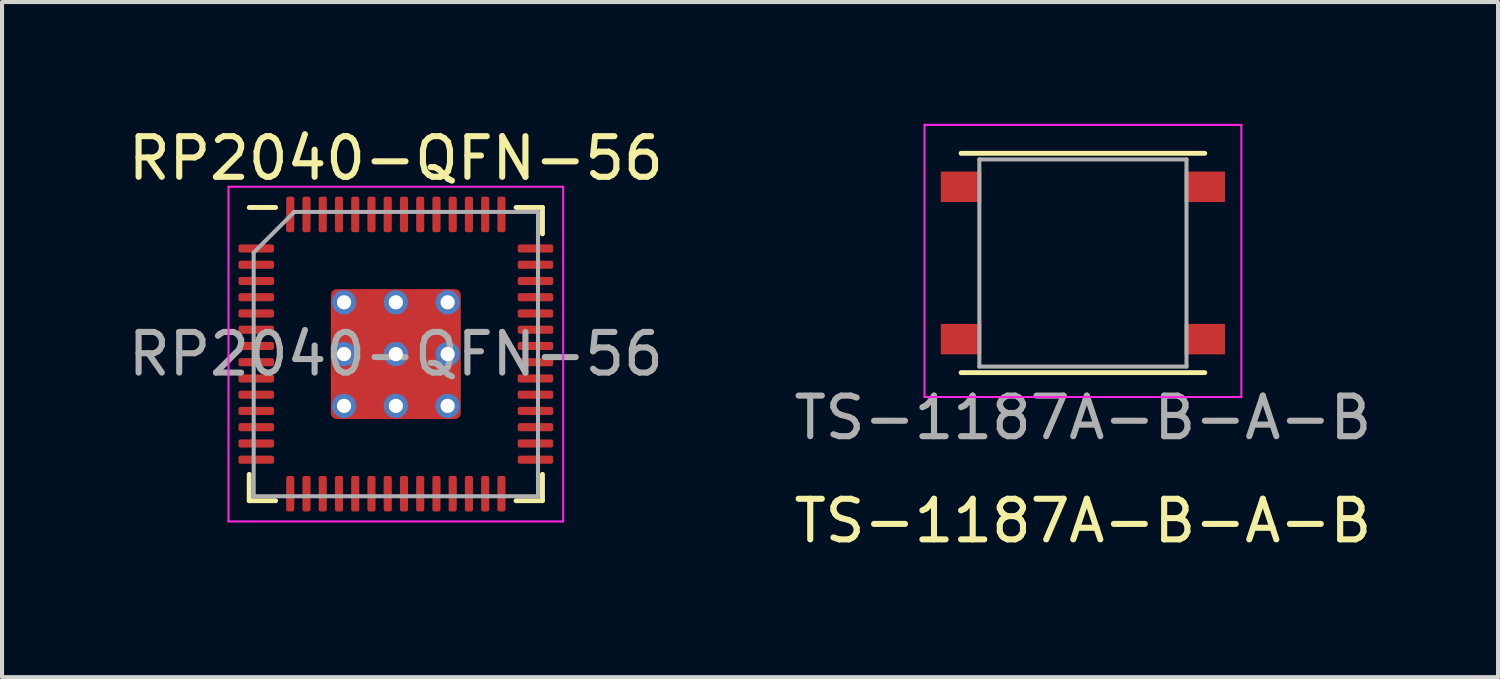
<source format=kicad_pcb>
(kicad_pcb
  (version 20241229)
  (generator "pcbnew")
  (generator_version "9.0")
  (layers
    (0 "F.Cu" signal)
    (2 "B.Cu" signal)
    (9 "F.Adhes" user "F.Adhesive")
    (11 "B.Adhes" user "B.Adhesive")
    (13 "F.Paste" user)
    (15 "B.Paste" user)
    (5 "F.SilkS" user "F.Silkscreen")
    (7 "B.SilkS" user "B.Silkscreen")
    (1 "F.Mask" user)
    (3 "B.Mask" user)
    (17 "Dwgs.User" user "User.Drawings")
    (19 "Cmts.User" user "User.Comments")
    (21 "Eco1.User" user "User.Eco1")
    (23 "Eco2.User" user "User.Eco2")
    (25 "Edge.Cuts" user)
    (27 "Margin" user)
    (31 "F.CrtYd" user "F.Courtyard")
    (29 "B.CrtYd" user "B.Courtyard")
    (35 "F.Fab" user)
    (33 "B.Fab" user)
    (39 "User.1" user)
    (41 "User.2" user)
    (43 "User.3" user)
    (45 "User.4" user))
  (footprint "RP2040-QFN-56"
    (layer "F.Cu")
    (at 6.696 5.668)
    (property "Reference" "RP2040-QFN-56" (at 0 -4.82 0) (layer "F.SilkS") (effects (font (size 1 1) (thickness 0.15))))
    (attr smd)
    (fp_line (start -3.61 3.61) (end -3.61 2.96) (stroke (width 0.12) (type solid)) (layer "F.SilkS"))
    (fp_line (start -2.96 -3.61) (end -3.61 -3.61) (stroke (width 0.12) (type solid)) (layer "F.SilkS"))
    (fp_line (start -2.96 3.61) (end -3.61 3.61) (stroke (width 0.12) (type solid)) (layer "F.SilkS"))
    (fp_line (start 2.96 -3.61) (end 3.61 -3.61) (stroke (width 0.12) (type solid)) (layer "F.SilkS"))
    (fp_line (start 2.96 3.61) (end 3.61 3.61) (stroke (width 0.12) (type solid)) (layer "F.SilkS"))
    (fp_line (start 3.61 -3.61) (end 3.61 -2.96) (stroke (width 0.12) (type solid)) (layer "F.SilkS"))
    (fp_line (start 3.61 3.61) (end 3.61 2.96) (stroke (width 0.12) (type solid)) (layer "F.SilkS"))
    (fp_line (start -4.12 -4.12) (end -4.12 4.12) (stroke (width 0.05) (type solid)) (layer "F.CrtYd"))
    (fp_line (start -4.12 4.12) (end 4.12 4.12) (stroke (width 0.05) (type solid)) (layer "F.CrtYd"))
    (fp_line (start 4.12 -4.12) (end -4.12 -4.12) (stroke (width 0.05) (type solid)) (layer "F.CrtYd"))
    (fp_line (start 4.12 4.12) (end 4.12 -4.12) (stroke (width 0.05) (type solid)) (layer "F.CrtYd"))
    (fp_line (start -3.5 -2.5) (end -2.5 -3.5) (stroke (width 0.1) (type solid)) (layer "F.Fab"))
    (fp_line (start -3.5 3.5) (end -3.5 -2.5) (stroke (width 0.1) (type solid)) (layer "F.Fab"))
    (fp_line (start -2.5 -3.5) (end 3.5 -3.5) (stroke (width 0.1) (type solid)) (layer "F.Fab"))
    (fp_line (start 3.5 -3.5) (end 3.5 3.5) (stroke (width 0.1) (type solid)) (layer "F.Fab"))
    (fp_line (start 3.5 3.5) (end -3.5 3.5) (stroke (width 0.1) (type solid)) (layer "F.Fab"))
    (fp_text user "${REFERENCE}" (at 0 0 0) (layer "F.Fab") (effects (font (size 1 1) (thickness 0.15))))
    (pad "" smd roundrect (at -0.637 -0.637) (size 1.084 1.084) (layers "F.Paste") (roundrect_rratio 0.231))
    (pad "" smd roundrect (at -0.637 0.637) (size 1.084 1.084) (layers "F.Paste") (roundrect_rratio 0.231))
    (pad "" smd roundrect (at 0.637 -0.637) (size 1.084 1.084) (layers "F.Paste") (roundrect_rratio 0.231))
    (pad "" smd roundrect (at 0.637 0.637) (size 1.084 1.084) (layers "F.Paste") (roundrect_rratio 0.231))
    (pad "1" smd roundrect (at -3.438 -2.6) (size 0.875 0.2) (layers "F.Cu" "F.Mask" "F.Paste") (roundrect_rratio 0.25))
    (pad "2" smd roundrect (at -3.438 -2.2) (size 0.875 0.2) (layers "F.Cu" "F.Mask" "F.Paste") (roundrect_rratio 0.25))
    (pad "3" smd roundrect (at -3.438 -1.8) (size 0.875 0.2) (layers "F.Cu" "F.Mask" "F.Paste") (roundrect_rratio 0.25))
    (pad "4" smd roundrect (at -3.438 -1.4) (size 0.875 0.2) (layers "F.Cu" "F.Mask" "F.Paste") (roundrect_rratio 0.25))
    (pad "5" smd roundrect (at -3.438 -1) (size 0.875 0.2) (layers "F.Cu" "F.Mask" "F.Paste") (roundrect_rratio 0.25))
    (pad "6" smd roundrect (at -3.438 -0.6) (size 0.875 0.2) (layers "F.Cu" "F.Mask" "F.Paste") (roundrect_rratio 0.25))
    (pad "7" smd roundrect (at -3.438 -0.2) (size 0.875 0.2) (layers "F.Cu" "F.Mask" "F.Paste") (roundrect_rratio 0.25))
    (pad "8" smd roundrect (at -3.438 0.2) (size 0.875 0.2) (layers "F.Cu" "F.Mask" "F.Paste") (roundrect_rratio 0.25))
    (pad "9" smd roundrect (at -3.438 0.6) (size 0.875 0.2) (layers "F.Cu" "F.Mask" "F.Paste") (roundrect_rratio 0.25))
    (pad "10" smd roundrect (at -3.438 1) (size 0.875 0.2) (layers "F.Cu" "F.Mask" "F.Paste") (roundrect_rratio 0.25))
    (pad "11" smd roundrect (at -3.438 1.4) (size 0.875 0.2) (layers "F.Cu" "F.Mask" "F.Paste") (roundrect_rratio 0.25))
    (pad "12" smd roundrect (at -3.438 1.8) (size 0.875 0.2) (layers "F.Cu" "F.Mask" "F.Paste") (roundrect_rratio 0.25))
    (pad "13" smd roundrect (at -3.438 2.2) (size 0.875 0.2) (layers "F.Cu" "F.Mask" "F.Paste") (roundrect_rratio 0.25))
    (pad "14" smd roundrect (at -3.438 2.6) (size 0.875 0.2) (layers "F.Cu" "F.Mask" "F.Paste") (roundrect_rratio 0.25))
    (pad "15" smd roundrect (at -2.6 3.438) (size 0.2 0.875) (layers "F.Cu" "F.Mask" "F.Paste") (roundrect_rratio 0.25))
    (pad "16" smd roundrect (at -2.2 3.438) (size 0.2 0.875) (layers "F.Cu" "F.Mask" "F.Paste") (roundrect_rratio 0.25))
    (pad "17" smd roundrect (at -1.8 3.438) (size 0.2 0.875) (layers "F.Cu" "F.Mask" "F.Paste") (roundrect_rratio 0.25))
    (pad "18" smd roundrect (at -1.4 3.438) (size 0.2 0.875) (layers "F.Cu" "F.Mask" "F.Paste") (roundrect_rratio 0.25))
    (pad "19" smd roundrect (at -1 3.438) (size 0.2 0.875) (layers "F.Cu" "F.Mask" "F.Paste") (roundrect_rratio 0.25))
    (pad "20" smd roundrect (at -0.6 3.438) (size 0.2 0.875) (layers "F.Cu" "F.Mask" "F.Paste") (roundrect_rratio 0.25))
    (pad "21" smd roundrect (at -0.2 3.438) (size 0.2 0.875) (layers "F.Cu" "F.Mask" "F.Paste") (roundrect_rratio 0.25))
    (pad "22" smd roundrect (at 0.2 3.438) (size 0.2 0.875) (layers "F.Cu" "F.Mask" "F.Paste") (roundrect_rratio 0.25))
    (pad "23" smd roundrect (at 0.6 3.438) (size 0.2 0.875) (layers "F.Cu" "F.Mask" "F.Paste") (roundrect_rratio 0.25))
    (pad "24" smd roundrect (at 1 3.438) (size 0.2 0.875) (layers "F.Cu" "F.Mask" "F.Paste") (roundrect_rratio 0.25))
    (pad "25" smd roundrect (at 1.4 3.438) (size 0.2 0.875) (layers "F.Cu" "F.Mask" "F.Paste") (roundrect_rratio 0.25))
    (pad "26" smd roundrect (at 1.8 3.438) (size 0.2 0.875) (layers "F.Cu" "F.Mask" "F.Paste") (roundrect_rratio 0.25))
    (pad "27" smd roundrect (at 2.2 3.438) (size 0.2 0.875) (layers "F.Cu" "F.Mask" "F.Paste") (roundrect_rratio 0.25))
    (pad "28" smd roundrect (at 2.6 3.438) (size 0.2 0.875) (layers "F.Cu" "F.Mask" "F.Paste") (roundrect_rratio 0.25))
    (pad "29" smd roundrect (at 3.438 2.6) (size 0.875 0.2) (layers "F.Cu" "F.Mask" "F.Paste") (roundrect_rratio 0.25))
    (pad "30" smd roundrect (at 3.438 2.2) (size 0.875 0.2) (layers "F.Cu" "F.Mask" "F.Paste") (roundrect_rratio 0.25))
    (pad "31" smd roundrect (at 3.438 1.8) (size 0.875 0.2) (layers "F.Cu" "F.Mask" "F.Paste") (roundrect_rratio 0.25))
    (pad "32" smd roundrect (at 3.438 1.4) (size 0.875 0.2) (layers "F.Cu" "F.Mask" "F.Paste") (roundrect_rratio 0.25))
    (pad "33" smd roundrect (at 3.438 1) (size 0.875 0.2) (layers "F.Cu" "F.Mask" "F.Paste") (roundrect_rratio 0.25))
    (pad "34" smd roundrect (at 3.438 0.6) (size 0.875 0.2) (layers "F.Cu" "F.Mask" "F.Paste") (roundrect_rratio 0.25))
    (pad "35" smd roundrect (at 3.438 0.2) (size 0.875 0.2) (layers "F.Cu" "F.Mask" "F.Paste") (roundrect_rratio 0.25))
    (pad "36" smd roundrect (at 3.438 -0.2) (size 0.875 0.2) (layers "F.Cu" "F.Mask" "F.Paste") (roundrect_rratio 0.25))
    (pad "37" smd roundrect (at 3.438 -0.6) (size 0.875 0.2) (layers "F.Cu" "F.Mask" "F.Paste") (roundrect_rratio 0.25))
    (pad "38" smd roundrect (at 3.438 -1) (size 0.875 0.2) (layers "F.Cu" "F.Mask" "F.Paste") (roundrect_rratio 0.25))
    (pad "39" smd roundrect (at 3.438 -1.4) (size 0.875 0.2) (layers "F.Cu" "F.Mask" "F.Paste") (roundrect_rratio 0.25))
    (pad "40" smd roundrect (at 3.438 -1.8) (size 0.875 0.2) (layers "F.Cu" "F.Mask" "F.Paste") (roundrect_rratio 0.25))
    (pad "41" smd roundrect (at 3.438 -2.2) (size 0.875 0.2) (layers "F.Cu" "F.Mask" "F.Paste") (roundrect_rratio 0.25))
    (pad "42" smd roundrect (at 3.438 -2.6) (size 0.875 0.2) (layers "F.Cu" "F.Mask" "F.Paste") (roundrect_rratio 0.25))
    (pad "43" smd roundrect (at 2.6 -3.438) (size 0.2 0.875) (layers "F.Cu" "F.Mask" "F.Paste") (roundrect_rratio 0.25))
    (pad "44" smd roundrect (at 2.2 -3.438) (size 0.2 0.875) (layers "F.Cu" "F.Mask" "F.Paste") (roundrect_rratio 0.25))
    (pad "45" smd roundrect (at 1.8 -3.438) (size 0.2 0.875) (layers "F.Cu" "F.Mask" "F.Paste") (roundrect_rratio 0.25))
    (pad "46" smd roundrect (at 1.4 -3.438) (size 0.2 0.875) (layers "F.Cu" "F.Mask" "F.Paste") (roundrect_rratio 0.25))
    (pad "47" smd roundrect (at 1 -3.438) (size 0.2 0.875) (layers "F.Cu" "F.Mask" "F.Paste") (roundrect_rratio 0.25))
    (pad "48" smd roundrect (at 0.6 -3.438) (size 0.2 0.875) (layers "F.Cu" "F.Mask" "F.Paste") (roundrect_rratio 0.25))
    (pad "49" smd roundrect (at 0.2 -3.438) (size 0.2 0.875) (layers "F.Cu" "F.Mask" "F.Paste") (roundrect_rratio 0.25))
    (pad "50" smd roundrect (at -0.2 -3.438) (size 0.2 0.875) (layers "F.Cu" "F.Mask" "F.Paste") (roundrect_rratio 0.25))
    (pad "51" smd roundrect (at -0.6 -3.438) (size 0.2 0.875) (layers "F.Cu" "F.Mask" "F.Paste") (roundrect_rratio 0.25))
    (pad "52" smd roundrect (at -1 -3.438) (size 0.2 0.875) (layers "F.Cu" "F.Mask" "F.Paste") (roundrect_rratio 0.25))
    (pad "53" smd roundrect (at -1.4 -3.438) (size 0.2 0.875) (layers "F.Cu" "F.Mask" "F.Paste") (roundrect_rratio 0.25))
    (pad "54" smd roundrect (at -1.8 -3.438) (size 0.2 0.875) (layers "F.Cu" "F.Mask" "F.Paste") (roundrect_rratio 0.25))
    (pad "55" smd roundrect (at -2.2 -3.438) (size 0.2 0.875) (layers "F.Cu" "F.Mask" "F.Paste") (roundrect_rratio 0.25))
    (pad "56" smd roundrect (at -2.6 -3.438) (size 0.2 0.875) (layers "F.Cu" "F.Mask" "F.Paste") (roundrect_rratio 0.25))
    (pad "57" thru_hole circle (at -1.275 -1.275) (size 0.6 0.6) (drill 0.35) (layers "*.Cu"))
    (pad "57" thru_hole circle (at -1.275 0) (size 0.6 0.6) (drill 0.35) (layers "*.Cu"))
    (pad "57" thru_hole circle (at -1.275 1.275) (size 0.6 0.6) (drill 0.35) (layers "*.Cu"))
    (pad "57" thru_hole circle (at 0 -1.275) (size 0.6 0.6) (drill 0.35) (layers "*.Cu"))
    (pad "57" thru_hole circle (at 0 0) (size 0.6 0.6) (drill 0.35) (layers "*.Cu"))
    (pad "57" smd roundrect (at 0 0) (size 3.2 3.2) (layers "F.Cu" "F.Mask") (roundrect_rratio 0.045))
    (pad "57" thru_hole circle (at 0 1.275) (size 0.6 0.6) (drill 0.35) (layers "*.Cu"))
    (pad "57" thru_hole circle (at 1.275 -1.275) (size 0.6 0.6) (drill 0.35) (layers "*.Cu"))
    (pad "57" thru_hole circle (at 1.275 0) (size 0.6 0.6) (drill 0.35) (layers "*.Cu"))
    (pad "57" thru_hole circle (at 1.275 1.275) (size 0.6 0.6) (drill 0.35) (layers "*.Cu")))
  (footprint "TS-1187A-B-A-B"
    (layer "F.Cu")
    (at 23.613 3.425)
    (property "Reference" "TS-1187A-B-A-B" (at 0 6.35 0) (unlocked yes) (layer "F.SilkS") (effects (font (size 1 1) (thickness 0.15))))
    (attr smd)
    (fp_line (start -3 2.7) (end 3 2.7) (stroke (width 0.12) (type solid)) (layer "F.SilkS"))
    (fp_line (start 3 -2.7) (end -3 -2.7) (stroke (width 0.12) (type solid)) (layer "F.SilkS"))
    (fp_line (start -3.9 -3.4) (end 3.9 -3.4) (stroke (width 0.05) (type solid)) (layer "F.CrtYd"))
    (fp_line (start -3.9 3.3) (end -3.9 -3.4) (stroke (width 0.05) (type solid)) (layer "F.CrtYd"))
    (fp_line (start 3.9 -3.4) (end 3.9 3.3) (stroke (width 0.05) (type solid)) (layer "F.CrtYd"))
    (fp_line (start 3.9 3.3) (end -3.9 3.3) (stroke (width 0.05) (type solid)) (layer "F.CrtYd"))
    (fp_line (start -2.55 2.55) (end -2.55 -2.55) (stroke (width 0.1) (type solid)) (layer "F.Fab"))
    (fp_line (start -2.55 2.55) (end 2.55 2.55) (stroke (width 0.1) (type solid)) (layer "F.Fab"))
    (fp_line (start 2.55 -2.55) (end -2.55 -2.55) (stroke (width 0.1) (type solid)) (layer "F.Fab"))
    (fp_line (start 2.55 -2.55) (end 2.55 2.55) (stroke (width 0.1) (type solid)) (layer "F.Fab"))
    (fp_text user "${REFERENCE}" (at 0 3.81 0) (unlocked yes) (layer "F.Fab") (effects (font (size 1 1) (thickness 0.15))))
    (pad "1" smd rect (at -3 -1.875) (size 1 0.75) (layers "F.Cu" "F.Mask" "F.Paste"))
    (pad "1" smd rect (at -3 1.875) (size 1 0.75) (layers "F.Cu" "F.Mask" "F.Paste"))
    (pad "2" smd rect (at 3 -1.875) (size 1 0.75) (layers "F.Cu" "F.Mask" "F.Paste"))
    (pad "2" smd rect (at 3 1.875) (size 1 0.75) (layers "F.Cu" "F.Mask" "F.Paste")))
  (gr_rect
    (start -3 -3)
    (end 33.833 13.623)
    (stroke (width 0.1) (type default))
    (fill no)
    (layer "Edge.Cuts")))
</source>
